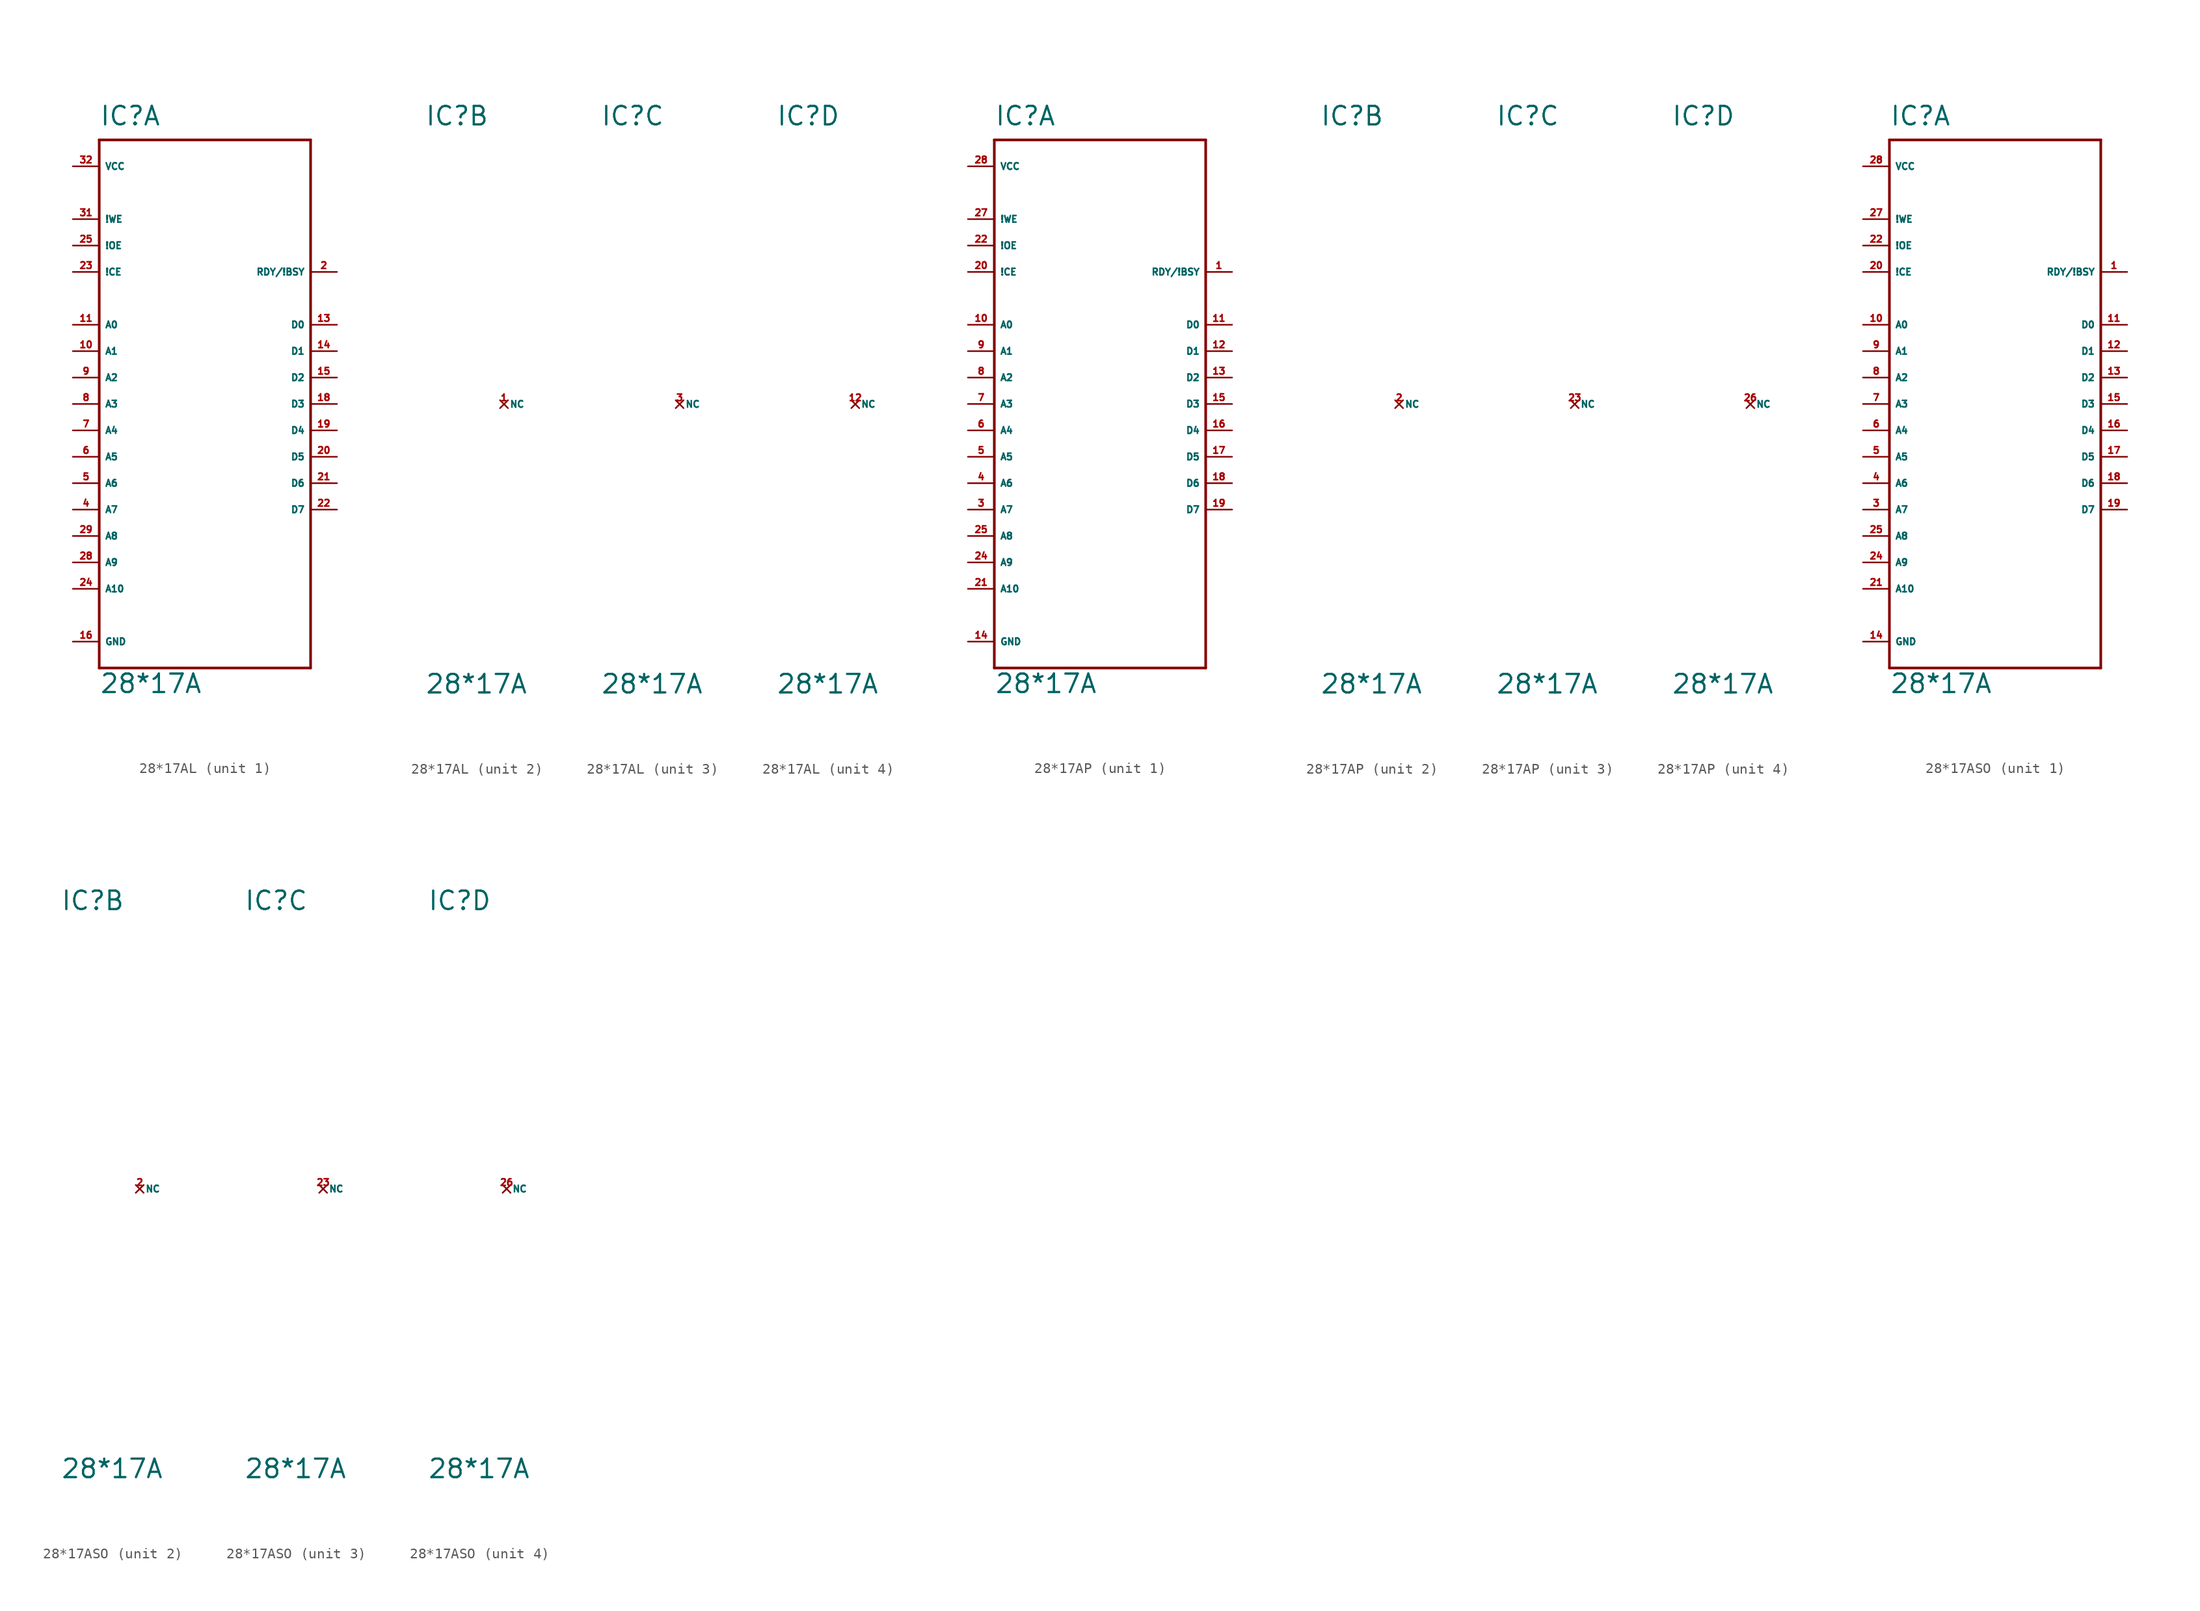
<source format=kicad_sym>
(kicad_symbol_lib
  (version 20220914)
  (generator Eagle2Kicad)
  (symbol "28*17AL"
    (property "Reference" "IC"
      (at -10.16 26.67 0)
      (effects (font (size 1.778 1.778) (thickness 0.22)) (justify left bottom)))
    (property "Value" "28*17A"
      (at -10.16 -27.94 0)
      (effects (font (size 1.778 1.778) (thickness 0.22)) (justify left bottom)))
    (symbol "28*17AL_1_0"
      (polyline (pts (xy -10.16 25.4) (xy 10.16 25.4)) (stroke (width 0.254) (type default)) (fill (type none)))
      (polyline (pts (xy 10.16 25.4) (xy 10.16 -25.4)) (stroke (width 0.254) (type default)) (fill (type none)))
      (polyline (pts (xy 10.16 -25.4) (xy -10.16 -25.4)) (stroke (width 0.254) (type default)) (fill (type none)))
      (polyline (pts (xy -10.16 -25.4) (xy -10.16 25.4)) (stroke (width 0.254) (type default)) (fill (type none)))
      (pin input line (at -12.7 7.62 0) (length 2.54) (name "A0" (effects (font (size 0.635 0.635) (thickness 0.08)) (justify left bottom))) (number "11" (effects (font (size 0.635 0.635) (thickness 0.08)) (justify left bottom))))
      (pin input line (at -12.7 5.08 0) (length 2.54) (name "A1" (effects (font (size 0.635 0.635) (thickness 0.08)) (justify left bottom))) (number "10" (effects (font (size 0.635 0.635) (thickness 0.08)) (justify left bottom))))
      (pin input line (at -12.7 2.54 0) (length 2.54) (name "A2" (effects (font (size 0.635 0.635) (thickness 0.08)) (justify left bottom))) (number "9" (effects (font (size 0.635 0.635) (thickness 0.08)) (justify left bottom))))
      (pin input line (at -12.7 0 0) (length 2.54) (name "A3" (effects (font (size 0.635 0.635) (thickness 0.08)) (justify left bottom))) (number "8" (effects (font (size 0.635 0.635) (thickness 0.08)) (justify left bottom))))
      (pin input line (at -12.7 -2.54 0) (length 2.54) (name "A4" (effects (font (size 0.635 0.635) (thickness 0.08)) (justify left bottom))) (number "7" (effects (font (size 0.635 0.635) (thickness 0.08)) (justify left bottom))))
      (pin input line (at -12.7 -5.08 0) (length 2.54) (name "A5" (effects (font (size 0.635 0.635) (thickness 0.08)) (justify left bottom))) (number "6" (effects (font (size 0.635 0.635) (thickness 0.08)) (justify left bottom))))
      (pin input line (at -12.7 -7.62 0) (length 2.54) (name "A6" (effects (font (size 0.635 0.635) (thickness 0.08)) (justify left bottom))) (number "5" (effects (font (size 0.635 0.635) (thickness 0.08)) (justify left bottom))))
      (pin input line (at -12.7 -10.16 0) (length 2.54) (name "A7" (effects (font (size 0.635 0.635) (thickness 0.08)) (justify left bottom))) (number "4" (effects (font (size 0.635 0.635) (thickness 0.08)) (justify left bottom))))
      (pin input line (at -12.7 -12.7 0) (length 2.54) (name "A8" (effects (font (size 0.635 0.635) (thickness 0.08)) (justify left bottom))) (number "29" (effects (font (size 0.635 0.635) (thickness 0.08)) (justify left bottom))))
      (pin input line (at -12.7 17.78 0) (length 2.54) (name "!WE" (effects (font (size 0.635 0.635) (thickness 0.08)) (justify left bottom))) (number "31" (effects (font (size 0.635 0.635) (thickness 0.08)) (justify left bottom))))
      (pin input line (at -12.7 12.7 0) (length 2.54) (name "!CE" (effects (font (size 0.635 0.635) (thickness 0.08)) (justify left bottom))) (number "23" (effects (font (size 0.635 0.635) (thickness 0.08)) (justify left bottom))))
      (pin input line (at -12.7 15.24 0) (length 2.54) (name "!OE" (effects (font (size 0.635 0.635) (thickness 0.08)) (justify left bottom))) (number "25" (effects (font (size 0.635 0.635) (thickness 0.08)) (justify left bottom))))
      (pin tri_state line (at 12.7 7.62 180) (length 2.54) (name "D0" (effects (font (size 0.635 0.635) (thickness 0.08)) (justify left bottom))) (number "13" (effects (font (size 0.635 0.635) (thickness 0.08)) (justify left bottom))))
      (pin tri_state line (at 12.7 5.08 180) (length 2.54) (name "D1" (effects (font (size 0.635 0.635) (thickness 0.08)) (justify left bottom))) (number "14" (effects (font (size 0.635 0.635) (thickness 0.08)) (justify left bottom))))
      (pin tri_state line (at 12.7 2.54 180) (length 2.54) (name "D2" (effects (font (size 0.635 0.635) (thickness 0.08)) (justify left bottom))) (number "15" (effects (font (size 0.635 0.635) (thickness 0.08)) (justify left bottom))))
      (pin tri_state line (at 12.7 0 180) (length 2.54) (name "D3" (effects (font (size 0.635 0.635) (thickness 0.08)) (justify left bottom))) (number "18" (effects (font (size 0.635 0.635) (thickness 0.08)) (justify left bottom))))
      (pin tri_state line (at 12.7 -2.54 180) (length 2.54) (name "D4" (effects (font (size 0.635 0.635) (thickness 0.08)) (justify left bottom))) (number "19" (effects (font (size 0.635 0.635) (thickness 0.08)) (justify left bottom))))
      (pin tri_state line (at 12.7 -5.08 180) (length 2.54) (name "D5" (effects (font (size 0.635 0.635) (thickness 0.08)) (justify left bottom))) (number "20" (effects (font (size 0.635 0.635) (thickness 0.08)) (justify left bottom))))
      (pin tri_state line (at 12.7 -7.62 180) (length 2.54) (name "D6" (effects (font (size 0.635 0.635) (thickness 0.08)) (justify left bottom))) (number "21" (effects (font (size 0.635 0.635) (thickness 0.08)) (justify left bottom))))
      (pin tri_state line (at 12.7 -10.16 180) (length 2.54) (name "D7" (effects (font (size 0.635 0.635) (thickness 0.08)) (justify left bottom))) (number "22" (effects (font (size 0.635 0.635) (thickness 0.08)) (justify left bottom))))
      (pin unspecified line (at -12.7 22.86 0) (length 2.54) (name "VCC" (effects (font (size 0.635 0.635) (thickness 0.08)) (justify left bottom))) (number "32" (effects (font (size 0.635 0.635) (thickness 0.08)) (justify left bottom))))
      (pin unspecified line (at -12.7 -22.86 0) (length 2.54) (name "GND" (effects (font (size 0.635 0.635) (thickness 0.08)) (justify left bottom))) (number "16" (effects (font (size 0.635 0.635) (thickness 0.08)) (justify left bottom))))
      (pin input line (at -12.7 -15.24 0) (length 2.54) (name "A9" (effects (font (size 0.635 0.635) (thickness 0.08)) (justify left bottom))) (number "28" (effects (font (size 0.635 0.635) (thickness 0.08)) (justify left bottom))))
      (pin input line (at -12.7 -17.78 0) (length 2.54) (name "A10" (effects (font (size 0.635 0.635) (thickness 0.08)) (justify left bottom))) (number "24" (effects (font (size 0.635 0.635) (thickness 0.08)) (justify left bottom))))
      (pin output line (at 12.7 12.7 180) (length 2.54) (name "RDY/!BSY" (effects (font (size 0.635 0.635) (thickness 0.08)) (justify left bottom))) (number "2" (effects (font (size 0.635 0.635) (thickness 0.08)) (justify left bottom)))))
    (symbol "28*17AL_2_0"
      (pin no_connect line (at -2.54 0 0) (length 0) (name "NC" (effects (font (size 0.635 0.635) (thickness 0.08)) (justify left bottom) hide)) (number "1" (effects (font (size 0.635 0.635) (thickness 0.08)) (justify left bottom) hide))))
    (symbol "28*17AL_3_0"
      (pin no_connect line (at -2.54 0 0) (length 0) (name "NC" (effects (font (size 0.635 0.635) (thickness 0.08)) (justify left bottom) hide)) (number "3" (effects (font (size 0.635 0.635) (thickness 0.08)) (justify left bottom) hide))))
    (symbol "28*17AL_4_0"
      (pin no_connect line (at -2.54 0 0) (length 0) (name "NC" (effects (font (size 0.635 0.635) (thickness 0.08)) (justify left bottom) hide)) (number "12" (effects (font (size 0.635 0.635) (thickness 0.08)) (justify left bottom) hide)))))
  (symbol "28*17AP"
    (property "Reference" "IC"
      (at -10.16 26.67 0)
      (effects (font (size 1.778 1.778) (thickness 0.22)) (justify left bottom)))
    (property "Value" "28*17A"
      (at -10.16 -27.94 0)
      (effects (font (size 1.778 1.778) (thickness 0.22)) (justify left bottom)))
    (symbol "28*17AP_1_0"
      (polyline (pts (xy -10.16 25.4) (xy 10.16 25.4)) (stroke (width 0.254) (type default)) (fill (type none)))
      (polyline (pts (xy 10.16 25.4) (xy 10.16 -25.4)) (stroke (width 0.254) (type default)) (fill (type none)))
      (polyline (pts (xy 10.16 -25.4) (xy -10.16 -25.4)) (stroke (width 0.254) (type default)) (fill (type none)))
      (polyline (pts (xy -10.16 -25.4) (xy -10.16 25.4)) (stroke (width 0.254) (type default)) (fill (type none)))
      (pin input line (at -12.7 7.62 0) (length 2.54) (name "A0" (effects (font (size 0.635 0.635) (thickness 0.08)) (justify left bottom))) (number "10" (effects (font (size 0.635 0.635) (thickness 0.08)) (justify left bottom))))
      (pin input line (at -12.7 5.08 0) (length 2.54) (name "A1" (effects (font (size 0.635 0.635) (thickness 0.08)) (justify left bottom))) (number "9" (effects (font (size 0.635 0.635) (thickness 0.08)) (justify left bottom))))
      (pin input line (at -12.7 2.54 0) (length 2.54) (name "A2" (effects (font (size 0.635 0.635) (thickness 0.08)) (justify left bottom))) (number "8" (effects (font (size 0.635 0.635) (thickness 0.08)) (justify left bottom))))
      (pin input line (at -12.7 0 0) (length 2.54) (name "A3" (effects (font (size 0.635 0.635) (thickness 0.08)) (justify left bottom))) (number "7" (effects (font (size 0.635 0.635) (thickness 0.08)) (justify left bottom))))
      (pin input line (at -12.7 -2.54 0) (length 2.54) (name "A4" (effects (font (size 0.635 0.635) (thickness 0.08)) (justify left bottom))) (number "6" (effects (font (size 0.635 0.635) (thickness 0.08)) (justify left bottom))))
      (pin input line (at -12.7 -5.08 0) (length 2.54) (name "A5" (effects (font (size 0.635 0.635) (thickness 0.08)) (justify left bottom))) (number "5" (effects (font (size 0.635 0.635) (thickness 0.08)) (justify left bottom))))
      (pin input line (at -12.7 -7.62 0) (length 2.54) (name "A6" (effects (font (size 0.635 0.635) (thickness 0.08)) (justify left bottom))) (number "4" (effects (font (size 0.635 0.635) (thickness 0.08)) (justify left bottom))))
      (pin input line (at -12.7 -10.16 0) (length 2.54) (name "A7" (effects (font (size 0.635 0.635) (thickness 0.08)) (justify left bottom))) (number "3" (effects (font (size 0.635 0.635) (thickness 0.08)) (justify left bottom))))
      (pin input line (at -12.7 -12.7 0) (length 2.54) (name "A8" (effects (font (size 0.635 0.635) (thickness 0.08)) (justify left bottom))) (number "25" (effects (font (size 0.635 0.635) (thickness 0.08)) (justify left bottom))))
      (pin input line (at -12.7 17.78 0) (length 2.54) (name "!WE" (effects (font (size 0.635 0.635) (thickness 0.08)) (justify left bottom))) (number "27" (effects (font (size 0.635 0.635) (thickness 0.08)) (justify left bottom))))
      (pin input line (at -12.7 12.7 0) (length 2.54) (name "!CE" (effects (font (size 0.635 0.635) (thickness 0.08)) (justify left bottom))) (number "20" (effects (font (size 0.635 0.635) (thickness 0.08)) (justify left bottom))))
      (pin input line (at -12.7 15.24 0) (length 2.54) (name "!OE" (effects (font (size 0.635 0.635) (thickness 0.08)) (justify left bottom))) (number "22" (effects (font (size 0.635 0.635) (thickness 0.08)) (justify left bottom))))
      (pin tri_state line (at 12.7 7.62 180) (length 2.54) (name "D0" (effects (font (size 0.635 0.635) (thickness 0.08)) (justify left bottom))) (number "11" (effects (font (size 0.635 0.635) (thickness 0.08)) (justify left bottom))))
      (pin tri_state line (at 12.7 5.08 180) (length 2.54) (name "D1" (effects (font (size 0.635 0.635) (thickness 0.08)) (justify left bottom))) (number "12" (effects (font (size 0.635 0.635) (thickness 0.08)) (justify left bottom))))
      (pin tri_state line (at 12.7 2.54 180) (length 2.54) (name "D2" (effects (font (size 0.635 0.635) (thickness 0.08)) (justify left bottom))) (number "13" (effects (font (size 0.635 0.635) (thickness 0.08)) (justify left bottom))))
      (pin tri_state line (at 12.7 0 180) (length 2.54) (name "D3" (effects (font (size 0.635 0.635) (thickness 0.08)) (justify left bottom))) (number "15" (effects (font (size 0.635 0.635) (thickness 0.08)) (justify left bottom))))
      (pin tri_state line (at 12.7 -2.54 180) (length 2.54) (name "D4" (effects (font (size 0.635 0.635) (thickness 0.08)) (justify left bottom))) (number "16" (effects (font (size 0.635 0.635) (thickness 0.08)) (justify left bottom))))
      (pin tri_state line (at 12.7 -5.08 180) (length 2.54) (name "D5" (effects (font (size 0.635 0.635) (thickness 0.08)) (justify left bottom))) (number "17" (effects (font (size 0.635 0.635) (thickness 0.08)) (justify left bottom))))
      (pin tri_state line (at 12.7 -7.62 180) (length 2.54) (name "D6" (effects (font (size 0.635 0.635) (thickness 0.08)) (justify left bottom))) (number "18" (effects (font (size 0.635 0.635) (thickness 0.08)) (justify left bottom))))
      (pin tri_state line (at 12.7 -10.16 180) (length 2.54) (name "D7" (effects (font (size 0.635 0.635) (thickness 0.08)) (justify left bottom))) (number "19" (effects (font (size 0.635 0.635) (thickness 0.08)) (justify left bottom))))
      (pin unspecified line (at -12.7 22.86 0) (length 2.54) (name "VCC" (effects (font (size 0.635 0.635) (thickness 0.08)) (justify left bottom))) (number "28" (effects (font (size 0.635 0.635) (thickness 0.08)) (justify left bottom))))
      (pin unspecified line (at -12.7 -22.86 0) (length 2.54) (name "GND" (effects (font (size 0.635 0.635) (thickness 0.08)) (justify left bottom))) (number "14" (effects (font (size 0.635 0.635) (thickness 0.08)) (justify left bottom))))
      (pin input line (at -12.7 -15.24 0) (length 2.54) (name "A9" (effects (font (size 0.635 0.635) (thickness 0.08)) (justify left bottom))) (number "24" (effects (font (size 0.635 0.635) (thickness 0.08)) (justify left bottom))))
      (pin input line (at -12.7 -17.78 0) (length 2.54) (name "A10" (effects (font (size 0.635 0.635) (thickness 0.08)) (justify left bottom))) (number "21" (effects (font (size 0.635 0.635) (thickness 0.08)) (justify left bottom))))
      (pin output line (at 12.7 12.7 180) (length 2.54) (name "RDY/!BSY" (effects (font (size 0.635 0.635) (thickness 0.08)) (justify left bottom))) (number "1" (effects (font (size 0.635 0.635) (thickness 0.08)) (justify left bottom)))))
    (symbol "28*17AP_2_0"
      (pin no_connect line (at -2.54 0 0) (length 0) (name "NC" (effects (font (size 0.635 0.635) (thickness 0.08)) (justify left bottom) hide)) (number "2" (effects (font (size 0.635 0.635) (thickness 0.08)) (justify left bottom) hide))))
    (symbol "28*17AP_3_0"
      (pin no_connect line (at -2.54 0 0) (length 0) (name "NC" (effects (font (size 0.635 0.635) (thickness 0.08)) (justify left bottom) hide)) (number "23" (effects (font (size 0.635 0.635) (thickness 0.08)) (justify left bottom) hide))))
    (symbol "28*17AP_4_0"
      (pin no_connect line (at -2.54 0 0) (length 0) (name "NC" (effects (font (size 0.635 0.635) (thickness 0.08)) (justify left bottom) hide)) (number "26" (effects (font (size 0.635 0.635) (thickness 0.08)) (justify left bottom) hide)))))
  (symbol "28*17ASO"
    (property "Reference" "IC"
      (at -10.16 26.67 0)
      (effects (font (size 1.778 1.778) (thickness 0.22)) (justify left bottom)))
    (property "Value" "28*17A"
      (at -10.16 -27.94 0)
      (effects (font (size 1.778 1.778) (thickness 0.22)) (justify left bottom)))
    (symbol "28*17ASO_1_0"
      (polyline (pts (xy -10.16 25.4) (xy 10.16 25.4)) (stroke (width 0.254) (type default)) (fill (type none)))
      (polyline (pts (xy 10.16 25.4) (xy 10.16 -25.4)) (stroke (width 0.254) (type default)) (fill (type none)))
      (polyline (pts (xy 10.16 -25.4) (xy -10.16 -25.4)) (stroke (width 0.254) (type default)) (fill (type none)))
      (polyline (pts (xy -10.16 -25.4) (xy -10.16 25.4)) (stroke (width 0.254) (type default)) (fill (type none)))
      (pin input line (at -12.7 7.62 0) (length 2.54) (name "A0" (effects (font (size 0.635 0.635) (thickness 0.08)) (justify left bottom))) (number "10" (effects (font (size 0.635 0.635) (thickness 0.08)) (justify left bottom))))
      (pin input line (at -12.7 5.08 0) (length 2.54) (name "A1" (effects (font (size 0.635 0.635) (thickness 0.08)) (justify left bottom))) (number "9" (effects (font (size 0.635 0.635) (thickness 0.08)) (justify left bottom))))
      (pin input line (at -12.7 2.54 0) (length 2.54) (name "A2" (effects (font (size 0.635 0.635) (thickness 0.08)) (justify left bottom))) (number "8" (effects (font (size 0.635 0.635) (thickness 0.08)) (justify left bottom))))
      (pin input line (at -12.7 0 0) (length 2.54) (name "A3" (effects (font (size 0.635 0.635) (thickness 0.08)) (justify left bottom))) (number "7" (effects (font (size 0.635 0.635) (thickness 0.08)) (justify left bottom))))
      (pin input line (at -12.7 -2.54 0) (length 2.54) (name "A4" (effects (font (size 0.635 0.635) (thickness 0.08)) (justify left bottom))) (number "6" (effects (font (size 0.635 0.635) (thickness 0.08)) (justify left bottom))))
      (pin input line (at -12.7 -5.08 0) (length 2.54) (name "A5" (effects (font (size 0.635 0.635) (thickness 0.08)) (justify left bottom))) (number "5" (effects (font (size 0.635 0.635) (thickness 0.08)) (justify left bottom))))
      (pin input line (at -12.7 -7.62 0) (length 2.54) (name "A6" (effects (font (size 0.635 0.635) (thickness 0.08)) (justify left bottom))) (number "4" (effects (font (size 0.635 0.635) (thickness 0.08)) (justify left bottom))))
      (pin input line (at -12.7 -10.16 0) (length 2.54) (name "A7" (effects (font (size 0.635 0.635) (thickness 0.08)) (justify left bottom))) (number "3" (effects (font (size 0.635 0.635) (thickness 0.08)) (justify left bottom))))
      (pin input line (at -12.7 -12.7 0) (length 2.54) (name "A8" (effects (font (size 0.635 0.635) (thickness 0.08)) (justify left bottom))) (number "25" (effects (font (size 0.635 0.635) (thickness 0.08)) (justify left bottom))))
      (pin input line (at -12.7 17.78 0) (length 2.54) (name "!WE" (effects (font (size 0.635 0.635) (thickness 0.08)) (justify left bottom))) (number "27" (effects (font (size 0.635 0.635) (thickness 0.08)) (justify left bottom))))
      (pin input line (at -12.7 12.7 0) (length 2.54) (name "!CE" (effects (font (size 0.635 0.635) (thickness 0.08)) (justify left bottom))) (number "20" (effects (font (size 0.635 0.635) (thickness 0.08)) (justify left bottom))))
      (pin input line (at -12.7 15.24 0) (length 2.54) (name "!OE" (effects (font (size 0.635 0.635) (thickness 0.08)) (justify left bottom))) (number "22" (effects (font (size 0.635 0.635) (thickness 0.08)) (justify left bottom))))
      (pin tri_state line (at 12.7 7.62 180) (length 2.54) (name "D0" (effects (font (size 0.635 0.635) (thickness 0.08)) (justify left bottom))) (number "11" (effects (font (size 0.635 0.635) (thickness 0.08)) (justify left bottom))))
      (pin tri_state line (at 12.7 5.08 180) (length 2.54) (name "D1" (effects (font (size 0.635 0.635) (thickness 0.08)) (justify left bottom))) (number "12" (effects (font (size 0.635 0.635) (thickness 0.08)) (justify left bottom))))
      (pin tri_state line (at 12.7 2.54 180) (length 2.54) (name "D2" (effects (font (size 0.635 0.635) (thickness 0.08)) (justify left bottom))) (number "13" (effects (font (size 0.635 0.635) (thickness 0.08)) (justify left bottom))))
      (pin tri_state line (at 12.7 0 180) (length 2.54) (name "D3" (effects (font (size 0.635 0.635) (thickness 0.08)) (justify left bottom))) (number "15" (effects (font (size 0.635 0.635) (thickness 0.08)) (justify left bottom))))
      (pin tri_state line (at 12.7 -2.54 180) (length 2.54) (name "D4" (effects (font (size 0.635 0.635) (thickness 0.08)) (justify left bottom))) (number "16" (effects (font (size 0.635 0.635) (thickness 0.08)) (justify left bottom))))
      (pin tri_state line (at 12.7 -5.08 180) (length 2.54) (name "D5" (effects (font (size 0.635 0.635) (thickness 0.08)) (justify left bottom))) (number "17" (effects (font (size 0.635 0.635) (thickness 0.08)) (justify left bottom))))
      (pin tri_state line (at 12.7 -7.62 180) (length 2.54) (name "D6" (effects (font (size 0.635 0.635) (thickness 0.08)) (justify left bottom))) (number "18" (effects (font (size 0.635 0.635) (thickness 0.08)) (justify left bottom))))
      (pin tri_state line (at 12.7 -10.16 180) (length 2.54) (name "D7" (effects (font (size 0.635 0.635) (thickness 0.08)) (justify left bottom))) (number "19" (effects (font (size 0.635 0.635) (thickness 0.08)) (justify left bottom))))
      (pin unspecified line (at -12.7 22.86 0) (length 2.54) (name "VCC" (effects (font (size 0.635 0.635) (thickness 0.08)) (justify left bottom))) (number "28" (effects (font (size 0.635 0.635) (thickness 0.08)) (justify left bottom))))
      (pin unspecified line (at -12.7 -22.86 0) (length 2.54) (name "GND" (effects (font (size 0.635 0.635) (thickness 0.08)) (justify left bottom))) (number "14" (effects (font (size 0.635 0.635) (thickness 0.08)) (justify left bottom))))
      (pin input line (at -12.7 -15.24 0) (length 2.54) (name "A9" (effects (font (size 0.635 0.635) (thickness 0.08)) (justify left bottom))) (number "24" (effects (font (size 0.635 0.635) (thickness 0.08)) (justify left bottom))))
      (pin input line (at -12.7 -17.78 0) (length 2.54) (name "A10" (effects (font (size 0.635 0.635) (thickness 0.08)) (justify left bottom))) (number "21" (effects (font (size 0.635 0.635) (thickness 0.08)) (justify left bottom))))
      (pin output line (at 12.7 12.7 180) (length 2.54) (name "RDY/!BSY" (effects (font (size 0.635 0.635) (thickness 0.08)) (justify left bottom))) (number "1" (effects (font (size 0.635 0.635) (thickness 0.08)) (justify left bottom)))))
    (symbol "28*17ASO_2_0"
      (pin no_connect line (at -2.54 0 0) (length 0) (name "NC" (effects (font (size 0.635 0.635) (thickness 0.08)) (justify left bottom) hide)) (number "2" (effects (font (size 0.635 0.635) (thickness 0.08)) (justify left bottom) hide))))
    (symbol "28*17ASO_3_0"
      (pin no_connect line (at -2.54 0 0) (length 0) (name "NC" (effects (font (size 0.635 0.635) (thickness 0.08)) (justify left bottom) hide)) (number "23" (effects (font (size 0.635 0.635) (thickness 0.08)) (justify left bottom) hide))))
    (symbol "28*17ASO_4_0"
      (pin no_connect line (at -2.54 0 0) (length 0) (name "NC" (effects (font (size 0.635 0.635) (thickness 0.08)) (justify left bottom) hide)) (number "26" (effects (font (size 0.635 0.635) (thickness 0.08)) (justify left bottom) hide))))))
</source>
